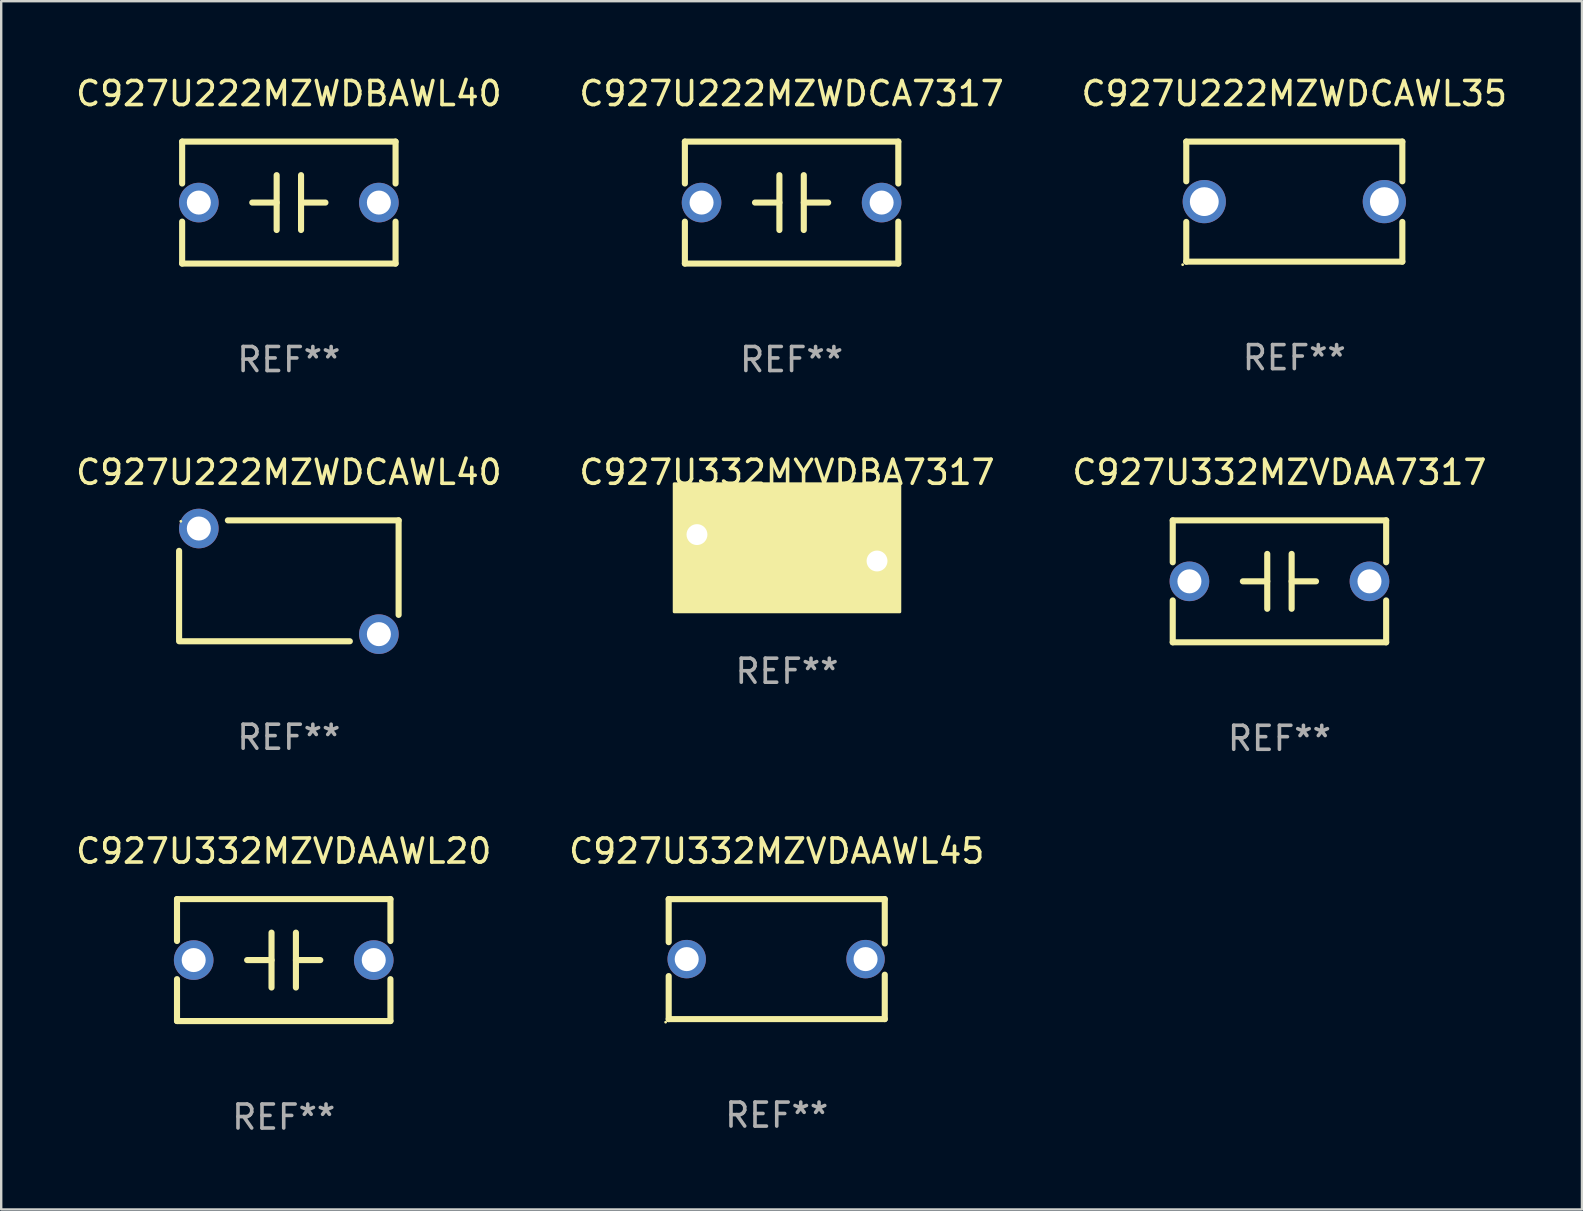
<source format=kicad_pcb>
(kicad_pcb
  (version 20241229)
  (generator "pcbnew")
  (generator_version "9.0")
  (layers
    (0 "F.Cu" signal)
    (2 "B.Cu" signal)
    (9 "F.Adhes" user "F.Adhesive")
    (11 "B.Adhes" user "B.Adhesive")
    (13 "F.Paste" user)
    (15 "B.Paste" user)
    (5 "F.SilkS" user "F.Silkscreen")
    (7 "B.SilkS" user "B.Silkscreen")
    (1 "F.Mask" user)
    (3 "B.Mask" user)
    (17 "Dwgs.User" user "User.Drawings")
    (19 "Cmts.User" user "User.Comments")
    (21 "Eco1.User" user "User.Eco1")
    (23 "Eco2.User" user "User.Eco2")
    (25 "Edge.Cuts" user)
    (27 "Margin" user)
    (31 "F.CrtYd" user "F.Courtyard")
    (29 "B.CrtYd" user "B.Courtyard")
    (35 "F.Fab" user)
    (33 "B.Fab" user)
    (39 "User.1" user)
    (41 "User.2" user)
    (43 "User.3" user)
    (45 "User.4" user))
  (footprint "C927U332MZVDAA7317"
    (layer "F.Cu")
    (at 50.244 21.165)
    (property "Reference" "C927U332MZVDAA7317" (at 0 -4.54 0) (layer "F.SilkS") (effects (font (size 1 1) (thickness 0.15))))
    (attr through_hole)
    (fp_line (start -4.445 -2.54) (end -4.445 -0.794) (stroke (width 0.254) (type solid)) (layer "F.SilkS"))
    (fp_line (start -4.445 0.794) (end -4.445 2.54) (stroke (width 0.254) (type solid)) (layer "F.SilkS"))
    (fp_line (start -4.445 2.54) (end 4.445 2.54) (stroke (width 0.254) (type solid)) (layer "F.SilkS"))
    (fp_line (start -0.508 0.000025) (end -1.524 0.000025) (stroke (width 0.254) (type solid)) (layer "F.SilkS"))
    (fp_line (start -0.508 1.143) (end -0.508 -1.143) (stroke (width 0.254) (type solid)) (layer "F.SilkS"))
    (fp_line (start 0.508 -1.143) (end 0.508 1.143) (stroke (width 0.254) (type solid)) (layer "F.SilkS"))
    (fp_line (start 0.508 -0.000025) (end 1.524 -0.000025) (stroke (width 0.254) (type solid)) (layer "F.SilkS"))
    (fp_line (start 4.445 -2.54) (end -4.445 -2.54) (stroke (width 0.254) (type solid)) (layer "F.SilkS"))
    (fp_line (start 4.445 -0.794) (end 4.445 -2.54) (stroke (width 0.254) (type solid)) (layer "F.SilkS"))
    (fp_line (start 4.445 2.54) (end 4.445 0.794) (stroke (width 0.254) (type solid)) (layer "F.SilkS"))
    (fp_circle (center -4.5 2.5) (end -4.47 2.5) (stroke (width 0.06) (type solid)) (fill no) (layer "F.SilkS"))
    (fp_text user "REF**" (at 0 6.54 0) (layer "F.Fab") (effects (font (size 1 1) (thickness 0.15))))
    (pad "1" thru_hole circle (at -3.75 0) (size 1.65 1.65) (drill 1) (layers "*.Cu" "*.Mask"))
    (pad "2" thru_hole circle (at 3.75 0) (size 1.65 1.65) (drill 1) (layers "*.Cu" "*.Mask")))
  (footprint "C927U332MZVDAAWL45"
    (layer "F.Cu")
    (at 29.304 36.901)
    (property "Reference" "C927U332MZVDAAWL45" (at 0 -4.499 0) (layer "F.SilkS") (effects (font (size 1 1) (thickness 0.15))))
    (attr through_hole)
    (fp_line (start -4.5 -2.499) (end 4.5 -2.499) (stroke (width 0.254) (type solid)) (layer "F.SilkS"))
    (fp_line (start -4.5 -0.706) (end -4.5 -2.499) (stroke (width 0.254) (type solid)) (layer "F.SilkS"))
    (fp_line (start -4.5 2.499) (end -4.5 0.706) (stroke (width 0.254) (type solid)) (layer "F.SilkS"))
    (fp_line (start 4.5 -2.499) (end 4.5 -0.649) (stroke (width 0.254) (type solid)) (layer "F.SilkS"))
    (fp_line (start 4.5 0.649) (end 4.5 2.499) (stroke (width 0.254) (type solid)) (layer "F.SilkS"))
    (fp_line (start 4.5 2.499) (end -4.5 2.499) (stroke (width 0.254) (type solid)) (layer "F.SilkS"))
    (fp_circle (center -4.627 2.626) (end -4.597 2.626) (stroke (width 0.06) (type solid)) (fill no) (layer "F.SilkS"))
    (fp_text user "REF**" (at 0 6.499 0) (layer "F.Fab") (effects (font (size 1 1) (thickness 0.15))))
    (pad "1" thru_hole circle (at -3.75 0) (size 1.6 1.6) (drill 1) (layers "*.Cu" "*.Mask"))
    (pad "2" thru_hole circle (at 3.7 0) (size 1.6 1.6) (drill 1) (layers "*.Cu" "*.Mask")))
  (footprint "C927U222MZWDCAWL40"
    (layer "F.Cu")
    (at 8.982 21.143)
    (property "Reference" "C927U222MZWDCAWL40" (at 0 -4.518 0) (layer "F.SilkS") (effects (font (size 1 1) (thickness 0.15))))
    (attr through_hole)
    (fp_line (start -4.572 2.435) (end -4.572 -1.248) (stroke (width 0.254) (type solid)) (layer "F.SilkS"))
    (fp_line (start -4.572 2.518) (end 2.54 2.518) (stroke (width 0.254) (type solid)) (layer "F.SilkS"))
    (fp_line (start -2.54 -2.518) (end 4.572 -2.518) (stroke (width 0.254) (type solid)) (layer "F.SilkS"))
    (fp_line (start 4.572 -2.518) (end 4.572 1.419) (stroke (width 0.254) (type solid)) (layer "F.SilkS"))
    (fp_circle (center -4.5 -2.478) (end -4.47 -2.478) (stroke (width 0.06) (type solid)) (fill no) (layer "F.SilkS"))
    (fp_text user "REF**" (at 0 6.518 0) (layer "F.Fab") (effects (font (size 1 1) (thickness 0.15))))
    (pad "1" thru_hole circle (at -3.75 -2.178) (size 1.65 1.65) (drill 1) (layers "*.Cu" "*.Mask"))
    (pad "2" thru_hole circle (at 3.75 2.222) (size 1.65 1.65) (drill 1) (layers "*.Cu" "*.Mask")))
  (footprint "C927U222MZWDCAWL35"
    (layer "F.Cu")
    (at 50.863 5.348)
    (property "Reference" "C927U222MZWDCAWL35" (at 0 -4.5 0) (layer "F.SilkS") (effects (font (size 1 1) (thickness 0.15))))
    (attr through_hole)
    (fp_line (start -4.5 -2.5) (end -4.5 -0.846) (stroke (width 0.254) (type solid)) (layer "F.SilkS"))
    (fp_line (start -4.5 -2.5) (end 4.5 -2.5) (stroke (width 0.254) (type solid)) (layer "F.SilkS"))
    (fp_line (start -4.5 0.846) (end -4.5 2.5) (stroke (width 0.254) (type solid)) (layer "F.SilkS"))
    (fp_line (start 4.5 -2.5) (end 4.5 -0.846) (stroke (width 0.254) (type solid)) (layer "F.SilkS"))
    (fp_line (start 4.5 0.846) (end 4.5 2.5) (stroke (width 0.254) (type solid)) (layer "F.SilkS"))
    (fp_line (start 4.5 2.5) (end -4.5 2.5) (stroke (width 0.254) (type solid)) (layer "F.SilkS"))
    (fp_circle (center -4.65 2.627) (end -4.62 2.627) (stroke (width 0.06) (type solid)) (fill no) (layer "F.SilkS"))
    (fp_text user "REF**" (at 0 6.5 0) (layer "F.Fab") (effects (font (size 1 1) (thickness 0.15))))
    (pad "1" thru_hole circle (at -3.75 0) (size 1.8 1.8) (drill 1.2) (layers "*.Cu" "*.Mask"))
    (pad "2" thru_hole circle (at 3.75 0) (size 1.8 1.8) (drill 1.2) (layers "*.Cu" "*.Mask")))
  (footprint "C927U332MZVDAAWL20"
    (layer "F.Cu")
    (at 8.768 36.941)
    (property "Reference" "C927U332MZVDAAWL20" (at 0 -4.54 0) (layer "F.SilkS") (effects (font (size 1 1) (thickness 0.15))))
    (attr through_hole)
    (fp_line (start -4.445 -2.54) (end -4.445 -0.794) (stroke (width 0.254) (type solid)) (layer "F.SilkS"))
    (fp_line (start -4.445 0.794) (end -4.445 2.54) (stroke (width 0.254) (type solid)) (layer "F.SilkS"))
    (fp_line (start -4.445 2.54) (end 4.445 2.54) (stroke (width 0.254) (type solid)) (layer "F.SilkS"))
    (fp_line (start -0.508 0.000025) (end -1.524 0.000025) (stroke (width 0.254) (type solid)) (layer "F.SilkS"))
    (fp_line (start -0.508 1.143) (end -0.508 -1.143) (stroke (width 0.254) (type solid)) (layer "F.SilkS"))
    (fp_line (start 0.508 -1.143) (end 0.508 1.143) (stroke (width 0.254) (type solid)) (layer "F.SilkS"))
    (fp_line (start 0.508 -0.000025) (end 1.524 -0.000025) (stroke (width 0.254) (type solid)) (layer "F.SilkS"))
    (fp_line (start 4.445 -2.54) (end -4.445 -2.54) (stroke (width 0.254) (type solid)) (layer "F.SilkS"))
    (fp_line (start 4.445 -0.794) (end 4.445 -2.54) (stroke (width 0.254) (type solid)) (layer "F.SilkS"))
    (fp_line (start 4.445 2.54) (end 4.445 0.794) (stroke (width 0.254) (type solid)) (layer "F.SilkS"))
    (fp_circle (center -4.5 2.5) (end -4.47 2.5) (stroke (width 0.06) (type solid)) (fill no) (layer "F.SilkS"))
    (fp_text user "REF**" (at 0 6.54 0) (layer "F.Fab") (effects (font (size 1 1) (thickness 0.15))))
    (pad "1" thru_hole circle (at -3.75 0) (size 1.65 1.65) (drill 1) (layers "*.Cu" "*.Mask"))
    (pad "2" thru_hole circle (at 3.75 0) (size 1.65 1.65) (drill 1) (layers "*.Cu" "*.Mask")))
  (footprint "C927U332MYVDBA7317"
    (layer "F.Cu")
    (at 29.732 19.768)
    (property "Reference" "C927U332MYVDBA7317" (at 0 -3.143 0) (layer "F.SilkS") (effects (font (size 1 1) (thickness 0.15))))
    (attr through_hole)
    (fp_line (start -0.508 0.000025) (end -1.524 0.000025) (stroke (width 0.254) (type solid)) (layer "F.SilkS"))
    (fp_line (start -0.508 1.143) (end -0.508 -1.143) (stroke (width 0.254) (type solid)) (layer "F.SilkS"))
    (fp_line (start 0.508 -1.143) (end 0.508 1.143) (stroke (width 0.254) (type solid)) (layer "F.SilkS"))
    (fp_line (start 0.508 -0.000025) (end 1.524 -0.000025) (stroke (width 0.254) (type solid)) (layer "F.SilkS"))
    (fp_circle (center -4.5 2.5) (end -4.47 2.5) (stroke (width 0.06) (type solid)) (fill no) (layer "F.SilkS"))
    (fp_poly (pts (xy -4.699 -2.667) (xy 4.699 -2.667) (xy 4.699 2.667) (xy -4.699 2.667)) (stroke (width 0.12) (type solid)) (fill yes) (layer "F.SilkS"))
    (fp_text user "REF**" (at 0 5.143 0) (layer "F.Fab") (effects (font (size 1 1) (thickness 0.15))))
    (pad "1" thru_hole circle (at -3.75 -0.55) (size 1.524 1.524) (drill 0.87) (layers "*.Cu" "*.Mask"))
    (pad "2" thru_hole circle (at 3.75 0.55) (size 1.524 1.524) (drill 0.87) (layers "*.Cu" "*.Mask")))
  (footprint "C927U222MZWDBAWL40"
    (layer "F.Cu")
    (at 8.982 5.388)
    (property "Reference" "C927U222MZWDBAWL40" (at 0 -4.54 0) (layer "F.SilkS") (effects (font (size 1 1) (thickness 0.15))))
    (attr through_hole)
    (fp_line (start -4.445 -2.54) (end -4.445 -0.794) (stroke (width 0.254) (type solid)) (layer "F.SilkS"))
    (fp_line (start -4.445 0.794) (end -4.445 2.54) (stroke (width 0.254) (type solid)) (layer "F.SilkS"))
    (fp_line (start -4.445 2.54) (end 4.445 2.54) (stroke (width 0.254) (type solid)) (layer "F.SilkS"))
    (fp_line (start -0.508 0.000025) (end -1.524 0.000025) (stroke (width 0.254) (type solid)) (layer "F.SilkS"))
    (fp_line (start -0.508 1.143) (end -0.508 -1.143) (stroke (width 0.254) (type solid)) (layer "F.SilkS"))
    (fp_line (start 0.508 -1.143) (end 0.508 1.143) (stroke (width 0.254) (type solid)) (layer "F.SilkS"))
    (fp_line (start 0.508 -0.000025) (end 1.524 -0.000025) (stroke (width 0.254) (type solid)) (layer "F.SilkS"))
    (fp_line (start 4.445 -2.54) (end -4.445 -2.54) (stroke (width 0.254) (type solid)) (layer "F.SilkS"))
    (fp_line (start 4.445 -0.794) (end 4.445 -2.54) (stroke (width 0.254) (type solid)) (layer "F.SilkS"))
    (fp_line (start 4.445 2.54) (end 4.445 0.794) (stroke (width 0.254) (type solid)) (layer "F.SilkS"))
    (fp_circle (center -4.5 2.5) (end -4.47 2.5) (stroke (width 0.06) (type solid)) (fill no) (layer "F.SilkS"))
    (fp_text user "REF**" (at 0 6.54 0) (layer "F.Fab") (effects (font (size 1 1) (thickness 0.15))))
    (pad "1" thru_hole circle (at -3.75 0) (size 1.65 1.65) (drill 1) (layers "*.Cu" "*.Mask"))
    (pad "2" thru_hole circle (at 3.75 0) (size 1.65 1.65) (drill 1) (layers "*.Cu" "*.Mask")))
  (footprint "C927U222MZWDCA7317"
    (layer "F.Cu")
    (at 29.923 5.388)
    (property "Reference" "C927U222MZWDCA7317" (at 0 -4.54 0) (layer "F.SilkS") (effects (font (size 1 1) (thickness 0.15))))
    (attr through_hole)
    (fp_line (start -4.445 -2.54) (end -4.445 -0.794) (stroke (width 0.254) (type solid)) (layer "F.SilkS"))
    (fp_line (start -4.445 0.794) (end -4.445 2.54) (stroke (width 0.254) (type solid)) (layer "F.SilkS"))
    (fp_line (start -4.445 2.54) (end 4.445 2.54) (stroke (width 0.254) (type solid)) (layer "F.SilkS"))
    (fp_line (start -0.508 0.000025) (end -1.524 0.000025) (stroke (width 0.254) (type solid)) (layer "F.SilkS"))
    (fp_line (start -0.508 1.143) (end -0.508 -1.143) (stroke (width 0.254) (type solid)) (layer "F.SilkS"))
    (fp_line (start 0.508 -1.143) (end 0.508 1.143) (stroke (width 0.254) (type solid)) (layer "F.SilkS"))
    (fp_line (start 0.508 -0.000025) (end 1.524 -0.000025) (stroke (width 0.254) (type solid)) (layer "F.SilkS"))
    (fp_line (start 4.445 -2.54) (end -4.445 -2.54) (stroke (width 0.254) (type solid)) (layer "F.SilkS"))
    (fp_line (start 4.445 -0.794) (end 4.445 -2.54) (stroke (width 0.254) (type solid)) (layer "F.SilkS"))
    (fp_line (start 4.445 2.54) (end 4.445 0.794) (stroke (width 0.254) (type solid)) (layer "F.SilkS"))
    (fp_circle (center -4.5 2.5) (end -4.47 2.5) (stroke (width 0.06) (type solid)) (fill no) (layer "F.SilkS"))
    (fp_text user "REF**" (at 0 6.54 0) (layer "F.Fab") (effects (font (size 1 1) (thickness 0.15))))
    (pad "1" thru_hole circle (at -3.75 0) (size 1.65 1.65) (drill 1) (layers "*.Cu" "*.Mask"))
    (pad "2" thru_hole circle (at 3.75 0) (size 1.65 1.65) (drill 1) (layers "*.Cu" "*.Mask")))
  (gr_rect
    (start -3 -3)
    (end 62.845 47.33)
    (stroke (width 0.1) (type default))
    (fill no)
    (layer "Edge.Cuts")))
</source>
